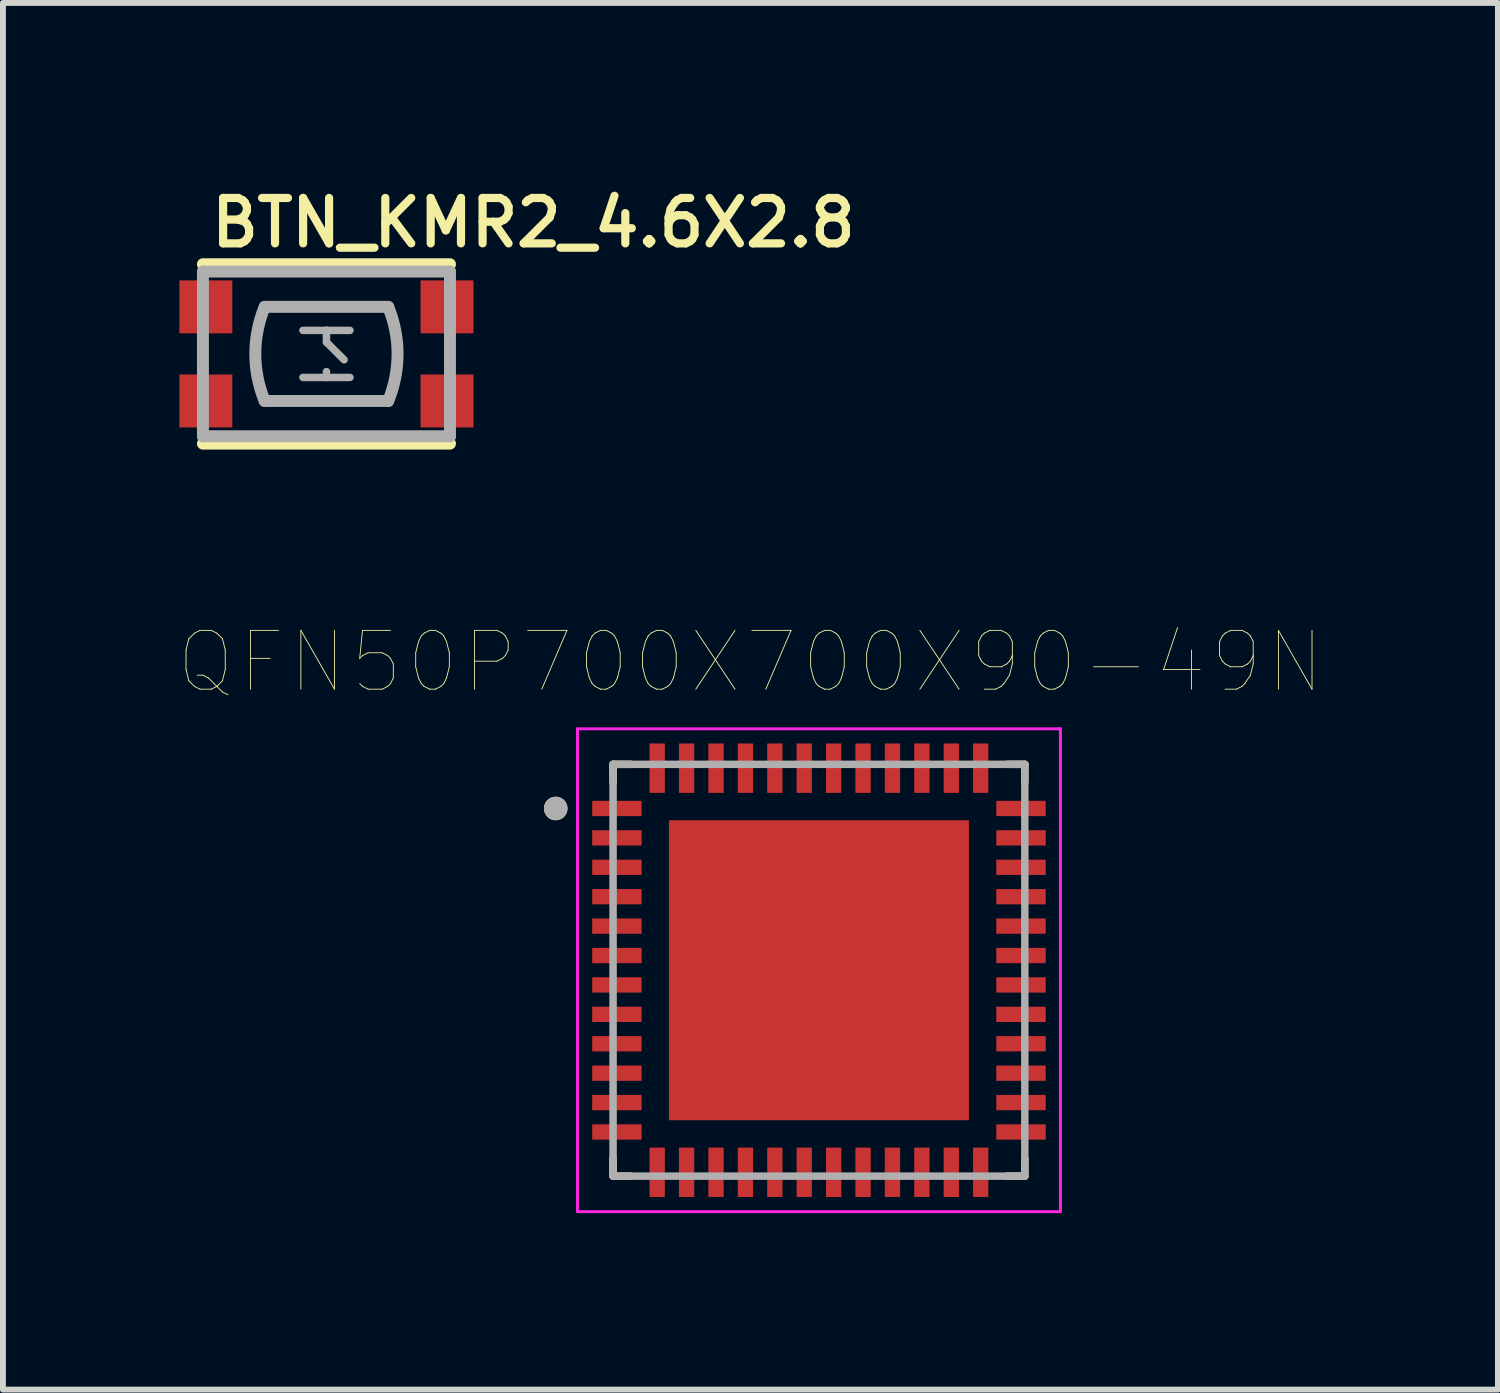
<source format=kicad_pcb>
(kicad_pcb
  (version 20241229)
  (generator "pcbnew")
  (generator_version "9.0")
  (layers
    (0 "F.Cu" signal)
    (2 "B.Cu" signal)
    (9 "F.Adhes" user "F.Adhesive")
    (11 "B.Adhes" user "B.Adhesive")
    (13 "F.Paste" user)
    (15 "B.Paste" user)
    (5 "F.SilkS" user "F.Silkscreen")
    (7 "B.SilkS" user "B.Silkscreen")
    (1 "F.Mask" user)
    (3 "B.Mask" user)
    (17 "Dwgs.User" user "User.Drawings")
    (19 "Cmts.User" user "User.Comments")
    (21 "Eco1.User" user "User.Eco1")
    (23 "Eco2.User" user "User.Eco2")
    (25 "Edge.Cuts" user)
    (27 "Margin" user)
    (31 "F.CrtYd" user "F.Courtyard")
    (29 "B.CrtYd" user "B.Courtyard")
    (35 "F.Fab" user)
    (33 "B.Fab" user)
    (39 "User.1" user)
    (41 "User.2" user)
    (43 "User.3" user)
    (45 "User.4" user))
  (footprint "BTN_KMR2_4.6X2.8"
    (layer "F.Cu")
    (at 2.5 2.967)
    (property "Reference" "BTN_KMR2_4.6X2.8" (at -2.032 -1.778 0) (layer "F.SilkS") (effects (font (size 0.772 0.772) (thickness 0.139)) (justify left bottom)))
    (attr through_hole)
    (fp_line (start -2.1 -1.525) (end 2.1 -1.525) (stroke (width 0.203) (type solid)) (layer "F.SilkS"))
    (fp_line (start 2.1 1.525) (end -2.1 1.525) (stroke (width 0.203) (type solid)) (layer "F.SilkS"))
    (fp_line (start -2.1 -1.4) (end 2.1 -1.4) (stroke (width 0.203) (type solid)) (layer "F.Fab"))
    (fp_line (start -2.1 1.4) (end -2.1 -1.4) (stroke (width 0.203) (type solid)) (layer "F.Fab"))
    (fp_line (start -1.05 -0.8) (end 1.05 -0.8) (stroke (width 0.203) (type solid)) (layer "F.Fab"))
    (fp_line (start -0.4 -0.4) (end 0 -0.4) (stroke (width 0.127) (type solid)) (layer "F.Fab"))
    (fp_line (start -0.4 0.4) (end 0 0.4) (stroke (width 0.127) (type solid)) (layer "F.Fab"))
    (fp_line (start 0 -0.4) (end 0 -0.2) (stroke (width 0.127) (type solid)) (layer "F.Fab"))
    (fp_line (start 0 -0.4) (end 0.4 -0.4) (stroke (width 0.127) (type solid)) (layer "F.Fab"))
    (fp_line (start 0 -0.2) (end 0.3 0.1) (stroke (width 0.127) (type solid)) (layer "F.Fab"))
    (fp_line (start 0 0.4) (end 0 0.3) (stroke (width 0.127) (type solid)) (layer "F.Fab"))
    (fp_line (start 0 0.4) (end 0.4 0.4) (stroke (width 0.127) (type solid)) (layer "F.Fab"))
    (fp_line (start 1.05 0.8) (end -1.05 0.8) (stroke (width 0.203) (type solid)) (layer "F.Fab"))
    (fp_line (start 2.1 -1.4) (end 2.1 1.4) (stroke (width 0.203) (type solid)) (layer "F.Fab"))
    (fp_line (start 2.1 1.4) (end -2.1 1.4) (stroke (width 0.203) (type solid)) (layer "F.Fab"))
    (fp_arc (start -1.05 0.8) (mid -1.209128 0) (end -1.05 -0.799999) (stroke (width 0.2032) (type solid)) (layer "F.Fab"))
    (fp_arc (start 1.05 -0.8) (mid 1.209128 0) (end 1.05 0.799999) (stroke (width 0.2032) (type solid)) (layer "F.Fab"))
    (pad "A" smd rect (at 2.05 -0.8) (size 0.9 0.9) (layers "F.Cu" "F.Mask" "F.Paste"))
    (pad "A'" smd rect (at -2.05 -0.8) (size 0.9 0.9) (layers "F.Cu" "F.Mask" "F.Paste"))
    (pad "B" smd rect (at 2.05 0.8) (size 0.9 0.9) (layers "F.Cu" "F.Mask" "F.Paste"))
    (pad "B'" smd rect (at -2.05 0.8) (size 0.9 0.9) (layers "F.Cu" "F.Mask" "F.Paste")))
  (footprint "QFN50P700X700X90-49N"
    (layer "F.Cu")
    (at 10.873 13.445)
    (property "Reference" "QFN50P700X700X90-49N" (at -1.165 -5.24 0) (layer "F.SilkS") (effects (font (size 1 1) (thickness 0.015))))
    (attr through_hole)
    (fp_line (start -3.5 -3.5) (end -3.5 -3.2) (stroke (width 0.127) (type solid)) (layer "F.SilkS"))
    (fp_line (start -3.5 -3.5) (end -3.2 -3.5) (stroke (width 0.127) (type solid)) (layer "F.SilkS"))
    (fp_line (start -3.5 3.5) (end -3.5 3.2) (stroke (width 0.127) (type solid)) (layer "F.SilkS"))
    (fp_line (start -3.5 3.5) (end -3.2 3.5) (stroke (width 0.127) (type solid)) (layer "F.SilkS"))
    (fp_line (start 3.5 -3.5) (end 3.2 -3.5) (stroke (width 0.127) (type solid)) (layer "F.SilkS"))
    (fp_line (start 3.5 -3.5) (end 3.5 -3.2) (stroke (width 0.127) (type solid)) (layer "F.SilkS"))
    (fp_line (start 3.5 3.5) (end 3.2 3.5) (stroke (width 0.127) (type solid)) (layer "F.SilkS"))
    (fp_line (start 3.5 3.5) (end 3.5 3.2) (stroke (width 0.127) (type solid)) (layer "F.SilkS"))
    (fp_circle (center -4.475 -2.75) (end -4.375 -2.75) (stroke (width 0.2) (type solid)) (fill no) (layer "F.SilkS"))
    (fp_poly (pts (xy -2.085 -2.085) (xy -0.465 -2.085) (xy -0.465 -0.465) (xy -2.085 -0.465)) (stroke (width 0.01) (type solid)) (fill yes) (layer "F.Paste"))
    (fp_poly (pts (xy -2.085 0.465) (xy -0.465 0.465) (xy -0.465 2.085) (xy -2.085 2.085)) (stroke (width 0.01) (type solid)) (fill yes) (layer "F.Paste"))
    (fp_poly (pts (xy 0.465 -2.085) (xy 2.085 -2.085) (xy 2.085 -0.465) (xy 0.465 -0.465)) (stroke (width 0.01) (type solid)) (fill yes) (layer "F.Paste"))
    (fp_poly (pts (xy 0.465 0.465) (xy 2.085 0.465) (xy 2.085 2.085) (xy 0.465 2.085)) (stroke (width 0.01) (type solid)) (fill yes) (layer "F.Paste"))
    (fp_line (start -4.105 -4.105) (end 4.105 -4.105) (stroke (width 0.05) (type solid)) (layer "F.CrtYd"))
    (fp_line (start -4.105 4.105) (end -4.105 -4.105) (stroke (width 0.05) (type solid)) (layer "F.CrtYd"))
    (fp_line (start -4.105 4.105) (end 4.105 4.105) (stroke (width 0.05) (type solid)) (layer "F.CrtYd"))
    (fp_line (start 4.105 4.105) (end 4.105 -4.105) (stroke (width 0.05) (type solid)) (layer "F.CrtYd"))
    (fp_line (start -3.5 3.5) (end -3.5 -3.5) (stroke (width 0.127) (type solid)) (layer "F.Fab"))
    (fp_line (start 3.5 -3.5) (end -3.5 -3.5) (stroke (width 0.127) (type solid)) (layer "F.Fab"))
    (fp_line (start 3.5 3.5) (end -3.5 3.5) (stroke (width 0.127) (type solid)) (layer "F.Fab"))
    (fp_line (start 3.5 3.5) (end 3.5 -3.5) (stroke (width 0.127) (type solid)) (layer "F.Fab"))
    (fp_circle (center -4.475 -2.75) (end -4.375 -2.75) (stroke (width 0.2) (type solid)) (fill no) (layer "F.Fab"))
    (pad "1" smd rect (at -3.435 -2.75) (size 0.84 0.26) (layers "F.Cu" "F.Mask" "F.Paste"))
    (pad "2" smd rect (at -3.435 -2.25) (size 0.84 0.26) (layers "F.Cu" "F.Mask" "F.Paste"))
    (pad "3" smd rect (at -3.435 -1.75) (size 0.84 0.26) (layers "F.Cu" "F.Mask" "F.Paste"))
    (pad "4" smd rect (at -3.435 -1.25) (size 0.84 0.26) (layers "F.Cu" "F.Mask" "F.Paste"))
    (pad "5" smd rect (at -3.435 -0.75) (size 0.84 0.26) (layers "F.Cu" "F.Mask" "F.Paste"))
    (pad "6" smd rect (at -3.435 -0.25) (size 0.84 0.26) (layers "F.Cu" "F.Mask" "F.Paste"))
    (pad "7" smd rect (at -3.435 0.25) (size 0.84 0.26) (layers "F.Cu" "F.Mask" "F.Paste"))
    (pad "8" smd rect (at -3.435 0.75) (size 0.84 0.26) (layers "F.Cu" "F.Mask" "F.Paste"))
    (pad "9" smd rect (at -3.435 1.25) (size 0.84 0.26) (layers "F.Cu" "F.Mask" "F.Paste"))
    (pad "10" smd rect (at -3.435 1.75) (size 0.84 0.26) (layers "F.Cu" "F.Mask" "F.Paste"))
    (pad "11" smd rect (at -3.435 2.25) (size 0.84 0.26) (layers "F.Cu" "F.Mask" "F.Paste"))
    (pad "12" smd rect (at -3.435 2.75) (size 0.84 0.26) (layers "F.Cu" "F.Mask" "F.Paste"))
    (pad "13" smd rect (at -2.75 3.435) (size 0.26 0.84) (layers "F.Cu" "F.Mask" "F.Paste"))
    (pad "14" smd rect (at -2.25 3.435) (size 0.26 0.84) (layers "F.Cu" "F.Mask" "F.Paste"))
    (pad "15" smd rect (at -1.75 3.435) (size 0.26 0.84) (layers "F.Cu" "F.Mask" "F.Paste"))
    (pad "16" smd rect (at -1.25 3.435) (size 0.26 0.84) (layers "F.Cu" "F.Mask" "F.Paste"))
    (pad "17" smd rect (at -0.75 3.435) (size 0.26 0.84) (layers "F.Cu" "F.Mask" "F.Paste"))
    (pad "18" smd rect (at -0.25 3.435) (size 0.26 0.84) (layers "F.Cu" "F.Mask" "F.Paste"))
    (pad "19" smd rect (at 0.25 3.435) (size 0.26 0.84) (layers "F.Cu" "F.Mask" "F.Paste"))
    (pad "20" smd rect (at 0.75 3.435) (size 0.26 0.84) (layers "F.Cu" "F.Mask" "F.Paste"))
    (pad "21" smd rect (at 1.25 3.435) (size 0.26 0.84) (layers "F.Cu" "F.Mask" "F.Paste"))
    (pad "22" smd rect (at 1.75 3.435) (size 0.26 0.84) (layers "F.Cu" "F.Mask" "F.Paste"))
    (pad "23" smd rect (at 2.25 3.435) (size 0.26 0.84) (layers "F.Cu" "F.Mask" "F.Paste"))
    (pad "24" smd rect (at 2.75 3.435) (size 0.26 0.84) (layers "F.Cu" "F.Mask" "F.Paste"))
    (pad "25" smd rect (at 3.435 2.75) (size 0.84 0.26) (layers "F.Cu" "F.Mask" "F.Paste"))
    (pad "26" smd rect (at 3.435 2.25) (size 0.84 0.26) (layers "F.Cu" "F.Mask" "F.Paste"))
    (pad "27" smd rect (at 3.435 1.75) (size 0.84 0.26) (layers "F.Cu" "F.Mask" "F.Paste"))
    (pad "28" smd rect (at 3.435 1.25) (size 0.84 0.26) (layers "F.Cu" "F.Mask" "F.Paste"))
    (pad "29" smd rect (at 3.435 0.75) (size 0.84 0.26) (layers "F.Cu" "F.Mask" "F.Paste"))
    (pad "30" smd rect (at 3.435 0.25) (size 0.84 0.26) (layers "F.Cu" "F.Mask" "F.Paste"))
    (pad "31" smd rect (at 3.435 -0.25) (size 0.84 0.26) (layers "F.Cu" "F.Mask" "F.Paste"))
    (pad "32" smd rect (at 3.435 -0.75) (size 0.84 0.26) (layers "F.Cu" "F.Mask" "F.Paste"))
    (pad "33" smd rect (at 3.435 -1.25) (size 0.84 0.26) (layers "F.Cu" "F.Mask" "F.Paste"))
    (pad "34" smd rect (at 3.435 -1.75) (size 0.84 0.26) (layers "F.Cu" "F.Mask" "F.Paste"))
    (pad "35" smd rect (at 3.435 -2.25) (size 0.84 0.26) (layers "F.Cu" "F.Mask" "F.Paste"))
    (pad "36" smd rect (at 3.435 -2.75) (size 0.84 0.26) (layers "F.Cu" "F.Mask" "F.Paste"))
    (pad "37" smd rect (at 2.75 -3.435) (size 0.26 0.84) (layers "F.Cu" "F.Mask" "F.Paste"))
    (pad "38" smd rect (at 2.25 -3.435) (size 0.26 0.84) (layers "F.Cu" "F.Mask" "F.Paste"))
    (pad "39" smd rect (at 1.75 -3.435) (size 0.26 0.84) (layers "F.Cu" "F.Mask" "F.Paste"))
    (pad "40" smd rect (at 1.25 -3.435) (size 0.26 0.84) (layers "F.Cu" "F.Mask" "F.Paste"))
    (pad "41" smd rect (at 0.75 -3.435) (size 0.26 0.84) (layers "F.Cu" "F.Mask" "F.Paste"))
    (pad "42" smd rect (at 0.25 -3.435) (size 0.26 0.84) (layers "F.Cu" "F.Mask" "F.Paste"))
    (pad "43" smd rect (at -0.25 -3.435) (size 0.26 0.84) (layers "F.Cu" "F.Mask" "F.Paste"))
    (pad "44" smd rect (at -0.75 -3.435) (size 0.26 0.84) (layers "F.Cu" "F.Mask" "F.Paste"))
    (pad "45" smd rect (at -1.25 -3.435) (size 0.26 0.84) (layers "F.Cu" "F.Mask" "F.Paste"))
    (pad "46" smd rect (at -1.75 -3.435) (size 0.26 0.84) (layers "F.Cu" "F.Mask" "F.Paste"))
    (pad "47" smd rect (at -2.25 -3.435) (size 0.26 0.84) (layers "F.Cu" "F.Mask" "F.Paste"))
    (pad "48" smd rect (at -2.75 -3.435) (size 0.26 0.84) (layers "F.Cu" "F.Mask" "F.Paste"))
    (pad "49" smd rect (at 0 0) (size 5.1 5.1) (layers "F.Cu" "F.Mask")))
  (gr_rect
    (start -3 -3)
    (end 22.416 20.575)
    (stroke (width 0.1) (type default))
    (fill no)
    (layer "Edge.Cuts")))
</source>
